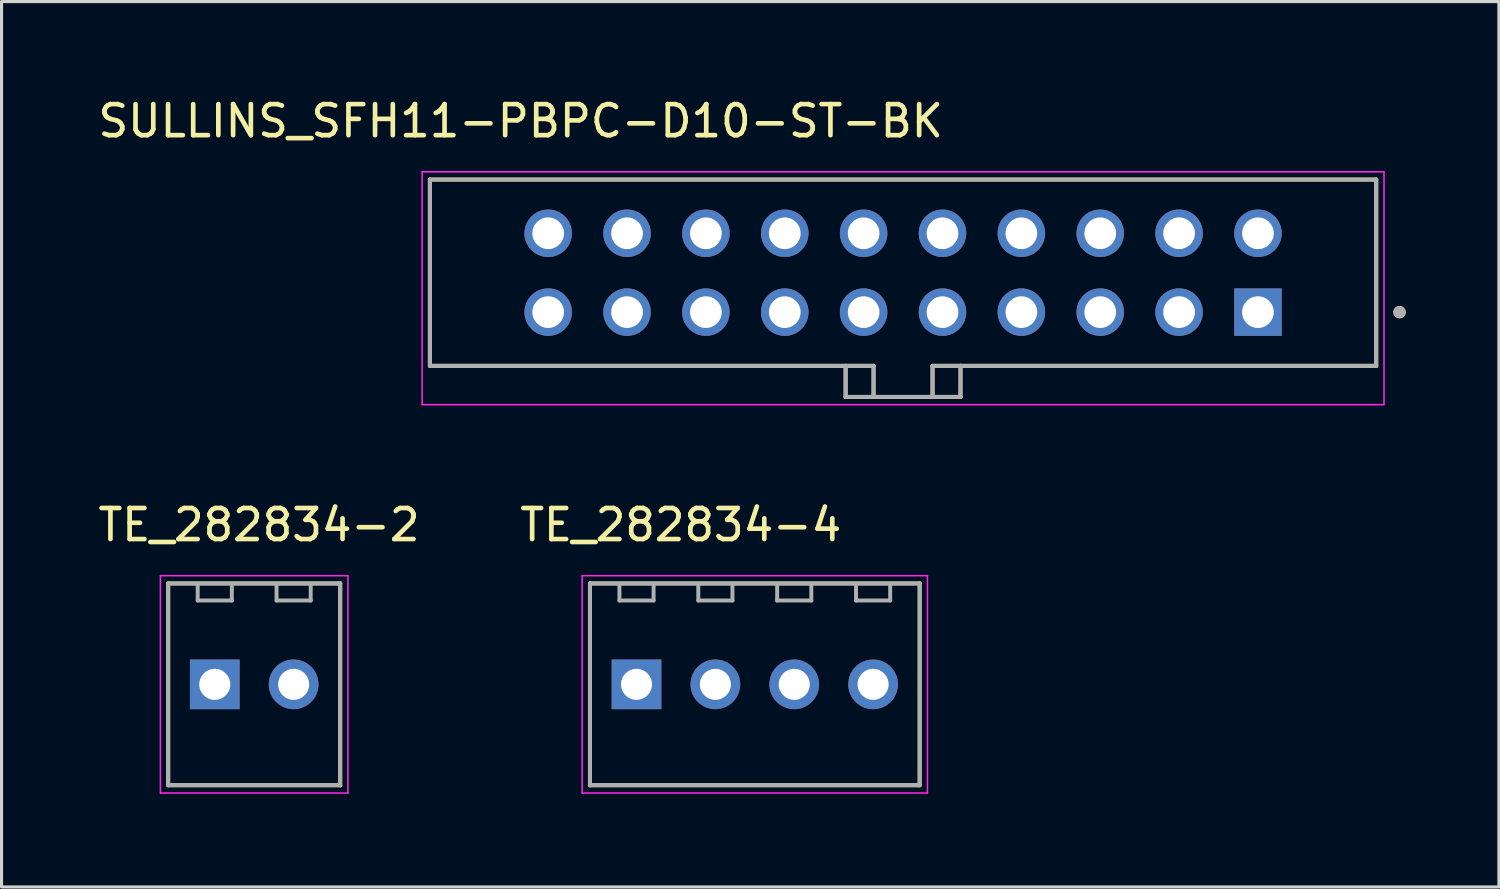
<source format=kicad_pcb>
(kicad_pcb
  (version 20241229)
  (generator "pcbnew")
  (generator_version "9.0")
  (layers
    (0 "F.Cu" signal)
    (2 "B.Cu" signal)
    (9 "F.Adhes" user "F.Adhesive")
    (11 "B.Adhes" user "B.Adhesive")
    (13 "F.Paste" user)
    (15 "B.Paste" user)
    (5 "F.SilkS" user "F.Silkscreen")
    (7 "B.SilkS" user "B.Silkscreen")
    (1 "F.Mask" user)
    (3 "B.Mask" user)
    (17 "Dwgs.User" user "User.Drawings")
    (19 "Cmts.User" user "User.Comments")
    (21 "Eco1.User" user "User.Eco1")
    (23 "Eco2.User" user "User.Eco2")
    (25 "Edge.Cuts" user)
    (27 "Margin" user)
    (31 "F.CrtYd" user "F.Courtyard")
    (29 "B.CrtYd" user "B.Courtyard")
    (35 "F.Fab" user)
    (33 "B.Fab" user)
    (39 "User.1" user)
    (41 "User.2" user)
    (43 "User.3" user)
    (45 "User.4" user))
  (footprint "SULLINS_SFH11-PBPC-D10-ST-BK"
    (layer "F.Cu")
    (at 26.035 5.733)
    (property "Reference" "SULLINS_SFH11-PBPC-D10-ST-BK" (at -12.315 -4.885 0) (layer "F.SilkS") (effects (font (size 1 1) (thickness 0.15))))
    (attr through_hole)
    (fp_line (start -15.24 -3) (end 15.24 -3) (stroke (width 0.127) (type solid)) (layer "F.SilkS"))
    (fp_line (start -15.24 3) (end -15.24 -3) (stroke (width 0.127) (type solid)) (layer "F.SilkS"))
    (fp_line (start -1.85 3) (end -15.24 3) (stroke (width 0.127) (type solid)) (layer "F.SilkS"))
    (fp_line (start -1.85 3) (end -1.85 4) (stroke (width 0.127) (type solid)) (layer "F.SilkS"))
    (fp_line (start -1.85 3) (end -0.95 3) (stroke (width 0.127) (type solid)) (layer "F.SilkS"))
    (fp_line (start -1.85 4) (end -0.95 4) (stroke (width 0.127) (type solid)) (layer "F.SilkS"))
    (fp_line (start -0.95 3) (end -0.95 4) (stroke (width 0.127) (type solid)) (layer "F.SilkS"))
    (fp_line (start -0.95 4) (end 0.95 4) (stroke (width 0.127) (type solid)) (layer "F.SilkS"))
    (fp_line (start 0.95 3) (end 0.95 4) (stroke (width 0.127) (type solid)) (layer "F.SilkS"))
    (fp_line (start 0.95 4) (end 1.85 4) (stroke (width 0.127) (type solid)) (layer "F.SilkS"))
    (fp_line (start 1.85 3) (end 0.95 3) (stroke (width 0.127) (type solid)) (layer "F.SilkS"))
    (fp_line (start 1.85 3) (end 15.24 3) (stroke (width 0.127) (type solid)) (layer "F.SilkS"))
    (fp_line (start 1.85 4) (end 1.85 3) (stroke (width 0.127) (type solid)) (layer "F.SilkS"))
    (fp_line (start 15.24 -3) (end 15.24 3) (stroke (width 0.127) (type solid)) (layer "F.SilkS"))
    (fp_circle (center 15.99 1.27) (end 16.09 1.27) (stroke (width 0.2) (type solid)) (fill no) (layer "F.SilkS"))
    (fp_line (start -15.49 -3.25) (end -15.49 4.25) (stroke (width 0.05) (type solid)) (layer "F.CrtYd"))
    (fp_line (start -15.49 4.25) (end 15.49 4.25) (stroke (width 0.05) (type solid)) (layer "F.CrtYd"))
    (fp_line (start 15.49 -3.25) (end -15.49 -3.25) (stroke (width 0.05) (type solid)) (layer "F.CrtYd"))
    (fp_line (start 15.49 4.25) (end 15.49 -3.25) (stroke (width 0.05) (type solid)) (layer "F.CrtYd"))
    (fp_line (start -15.24 -3) (end 15.24 -3) (stroke (width 0.127) (type solid)) (layer "F.Fab"))
    (fp_line (start -15.24 3) (end -15.24 -3) (stroke (width 0.127) (type solid)) (layer "F.Fab"))
    (fp_line (start -1.85 3) (end -15.24 3) (stroke (width 0.127) (type solid)) (layer "F.Fab"))
    (fp_line (start -1.85 3) (end -1.85 4) (stroke (width 0.127) (type solid)) (layer "F.Fab"))
    (fp_line (start -1.85 3) (end -0.95 3) (stroke (width 0.127) (type solid)) (layer "F.Fab"))
    (fp_line (start -1.85 4) (end -0.95 4) (stroke (width 0.127) (type solid)) (layer "F.Fab"))
    (fp_line (start -0.95 3) (end -0.95 4) (stroke (width 0.127) (type solid)) (layer "F.Fab"))
    (fp_line (start -0.95 4) (end 0.95 4) (stroke (width 0.127) (type solid)) (layer "F.Fab"))
    (fp_line (start 0.95 3) (end 0.95 4) (stroke (width 0.127) (type solid)) (layer "F.Fab"))
    (fp_line (start 0.95 4) (end 1.85 4) (stroke (width 0.127) (type solid)) (layer "F.Fab"))
    (fp_line (start 1.85 3) (end 0.95 3) (stroke (width 0.127) (type solid)) (layer "F.Fab"))
    (fp_line (start 1.85 3) (end 15.24 3) (stroke (width 0.127) (type solid)) (layer "F.Fab"))
    (fp_line (start 1.85 4) (end 1.85 3) (stroke (width 0.127) (type solid)) (layer "F.Fab"))
    (fp_line (start 15.24 -3) (end 15.24 3) (stroke (width 0.127) (type solid)) (layer "F.Fab"))
    (fp_circle (center 15.99 1.27) (end 16.09 1.27) (stroke (width 0.2) (type solid)) (fill no) (layer "F.Fab"))
    (pad "1" thru_hole rect (at 11.43 1.27) (size 1.53 1.53) (drill 1.02) (layers "*.Cu" "*.Mask"))
    (pad "2" thru_hole circle (at 11.43 -1.27) (size 1.53 1.53) (drill 1.02) (layers "*.Cu" "*.Mask"))
    (pad "3" thru_hole circle (at 8.89 1.27) (size 1.53 1.53) (drill 1.02) (layers "*.Cu" "*.Mask"))
    (pad "4" thru_hole circle (at 8.89 -1.27) (size 1.53 1.53) (drill 1.02) (layers "*.Cu" "*.Mask"))
    (pad "5" thru_hole circle (at 6.35 1.27) (size 1.53 1.53) (drill 1.02) (layers "*.Cu" "*.Mask"))
    (pad "6" thru_hole circle (at 6.35 -1.27) (size 1.53 1.53) (drill 1.02) (layers "*.Cu" "*.Mask"))
    (pad "7" thru_hole circle (at 3.81 1.27) (size 1.53 1.53) (drill 1.02) (layers "*.Cu" "*.Mask"))
    (pad "8" thru_hole circle (at 3.81 -1.27) (size 1.53 1.53) (drill 1.02) (layers "*.Cu" "*.Mask"))
    (pad "9" thru_hole circle (at 1.27 1.27) (size 1.53 1.53) (drill 1.02) (layers "*.Cu" "*.Mask"))
    (pad "10" thru_hole circle (at 1.27 -1.27) (size 1.53 1.53) (drill 1.02) (layers "*.Cu" "*.Mask"))
    (pad "11" thru_hole circle (at -1.27 1.27) (size 1.53 1.53) (drill 1.02) (layers "*.Cu" "*.Mask"))
    (pad "12" thru_hole circle (at -1.27 -1.27) (size 1.53 1.53) (drill 1.02) (layers "*.Cu" "*.Mask"))
    (pad "13" thru_hole circle (at -3.81 1.27) (size 1.53 1.53) (drill 1.02) (layers "*.Cu" "*.Mask"))
    (pad "14" thru_hole circle (at -3.81 -1.27) (size 1.53 1.53) (drill 1.02) (layers "*.Cu" "*.Mask"))
    (pad "15" thru_hole circle (at -6.35 1.27) (size 1.53 1.53) (drill 1.02) (layers "*.Cu" "*.Mask"))
    (pad "16" thru_hole circle (at -6.35 -1.27) (size 1.53 1.53) (drill 1.02) (layers "*.Cu" "*.Mask"))
    (pad "17" thru_hole circle (at -8.89 1.27) (size 1.53 1.53) (drill 1.02) (layers "*.Cu" "*.Mask"))
    (pad "18" thru_hole circle (at -8.89 -1.27) (size 1.53 1.53) (drill 1.02) (layers "*.Cu" "*.Mask"))
    (pad "19" thru_hole circle (at -11.43 1.27) (size 1.53 1.53) (drill 1.02) (layers "*.Cu" "*.Mask"))
    (pad "20" thru_hole circle (at -11.43 -1.27) (size 1.53 1.53) (drill 1.02) (layers "*.Cu" "*.Mask")))
  (footprint "TE_282834-2"
    (layer "F.Cu")
    (at 5.137 18.991)
    (property "Reference" "TE_282834-2" (at 0.155 -5.135 0) (layer "F.SilkS") (effects (font (size 1 1) (thickness 0.15))))
    (attr through_hole)
    (fp_line (start -2.77 -3.25) (end 2.77 -3.25) (stroke (width 0.127) (type solid)) (layer "F.SilkS"))
    (fp_line (start -2.77 3.25) (end -2.77 -3.25) (stroke (width 0.127) (type solid)) (layer "F.SilkS"))
    (fp_line (start 2.77 -3.25) (end 2.77 3.25) (stroke (width 0.127) (type solid)) (layer "F.SilkS"))
    (fp_line (start 2.77 3.25) (end -2.77 3.25) (stroke (width 0.127) (type solid)) (layer "F.SilkS"))
    (fp_line (start -3.02 -3.5) (end -3.02 3.5) (stroke (width 0.05) (type solid)) (layer "F.CrtYd"))
    (fp_line (start -3.02 3.5) (end 3.02 3.5) (stroke (width 0.05) (type solid)) (layer "F.CrtYd"))
    (fp_line (start 3.02 -3.5) (end -3.02 -3.5) (stroke (width 0.05) (type solid)) (layer "F.CrtYd"))
    (fp_line (start 3.02 3.5) (end 3.02 -3.5) (stroke (width 0.05) (type solid)) (layer "F.CrtYd"))
    (fp_line (start -2.77 -3.25) (end 2.77 -3.25) (stroke (width 0.127) (type solid)) (layer "F.Fab"))
    (fp_line (start -2.77 3.25) (end -2.77 -3.25) (stroke (width 0.127) (type solid)) (layer "F.Fab"))
    (fp_line (start -1.82 -2.7) (end -1.82 -3.2) (stroke (width 0.127) (type solid)) (layer "F.Fab"))
    (fp_line (start -1.82 -2.7) (end -0.72 -2.7) (stroke (width 0.127) (type solid)) (layer "F.Fab"))
    (fp_line (start -0.72 -2.7) (end -0.72 -3.2) (stroke (width 0.127) (type solid)) (layer "F.Fab"))
    (fp_line (start 0.72 -2.7) (end 0.72 -3.2) (stroke (width 0.127) (type solid)) (layer "F.Fab"))
    (fp_line (start 0.72 -2.7) (end 1.82 -2.7) (stroke (width 0.127) (type solid)) (layer "F.Fab"))
    (fp_line (start 1.82 -2.7) (end 1.82 -3.2) (stroke (width 0.127) (type solid)) (layer "F.Fab"))
    (fp_line (start 2.77 -3.25) (end 2.77 3.25) (stroke (width 0.127) (type solid)) (layer "F.Fab"))
    (fp_line (start 2.77 3.25) (end -2.77 3.25) (stroke (width 0.127) (type solid)) (layer "F.Fab"))
    (pad "1" thru_hole rect (at -1.27 0) (size 1.6 1.6) (drill 1) (layers "*.Cu" "*.Mask"))
    (pad "2" thru_hole circle (at 1.27 0) (size 1.6 1.6) (drill 1) (layers "*.Cu" "*.Mask")))
  (footprint "TE_282834-4"
    (layer "F.Cu")
    (at 21.26 18.991)
    (property "Reference" "TE_282834-4" (at -2.385 -5.135 0) (layer "F.SilkS") (effects (font (size 1 1) (thickness 0.15))))
    (attr through_hole)
    (fp_line (start -5.31 -3.25) (end 5.31 -3.25) (stroke (width 0.127) (type solid)) (layer "F.SilkS"))
    (fp_line (start -5.31 3.25) (end -5.31 -3.25) (stroke (width 0.127) (type solid)) (layer "F.SilkS"))
    (fp_line (start 5.31 -3.25) (end 5.31 3.25) (stroke (width 0.127) (type solid)) (layer "F.SilkS"))
    (fp_line (start 5.31 3.25) (end -5.31 3.25) (stroke (width 0.127) (type solid)) (layer "F.SilkS"))
    (fp_line (start -5.56 -3.5) (end -5.56 3.5) (stroke (width 0.05) (type solid)) (layer "F.CrtYd"))
    (fp_line (start -5.56 3.5) (end 5.56 3.5) (stroke (width 0.05) (type solid)) (layer "F.CrtYd"))
    (fp_line (start 5.56 -3.5) (end -5.56 -3.5) (stroke (width 0.05) (type solid)) (layer "F.CrtYd"))
    (fp_line (start 5.56 3.5) (end 5.56 -3.5) (stroke (width 0.05) (type solid)) (layer "F.CrtYd"))
    (fp_line (start -5.31 -3.25) (end 5.31 -3.25) (stroke (width 0.127) (type solid)) (layer "F.Fab"))
    (fp_line (start -5.31 3.25) (end -5.31 -3.25) (stroke (width 0.127) (type solid)) (layer "F.Fab"))
    (fp_line (start -4.36 -2.7) (end -4.36 -3.2) (stroke (width 0.127) (type solid)) (layer "F.Fab"))
    (fp_line (start -4.36 -2.7) (end -3.26 -2.7) (stroke (width 0.127) (type solid)) (layer "F.Fab"))
    (fp_line (start -3.26 -2.7) (end -3.26 -3.2) (stroke (width 0.127) (type solid)) (layer "F.Fab"))
    (fp_line (start -1.82 -2.7) (end -1.82 -3.2) (stroke (width 0.127) (type solid)) (layer "F.Fab"))
    (fp_line (start -1.82 -2.7) (end -0.72 -2.7) (stroke (width 0.127) (type solid)) (layer "F.Fab"))
    (fp_line (start -0.72 -2.7) (end -0.72 -3.2) (stroke (width 0.127) (type solid)) (layer "F.Fab"))
    (fp_line (start 0.72 -2.7) (end 0.72 -3.2) (stroke (width 0.127) (type solid)) (layer "F.Fab"))
    (fp_line (start 0.72 -2.7) (end 1.82 -2.7) (stroke (width 0.127) (type solid)) (layer "F.Fab"))
    (fp_line (start 1.82 -2.7) (end 1.82 -3.2) (stroke (width 0.127) (type solid)) (layer "F.Fab"))
    (fp_line (start 3.26 -2.7) (end 3.26 -3.2) (stroke (width 0.127) (type solid)) (layer "F.Fab"))
    (fp_line (start 3.26 -2.7) (end 4.36 -2.7) (stroke (width 0.127) (type solid)) (layer "F.Fab"))
    (fp_line (start 4.36 -2.7) (end 4.36 -3.2) (stroke (width 0.127) (type solid)) (layer "F.Fab"))
    (fp_line (start 5.31 -3.25) (end 5.31 3.25) (stroke (width 0.127) (type solid)) (layer "F.Fab"))
    (fp_line (start 5.31 3.25) (end -5.31 3.25) (stroke (width 0.127) (type solid)) (layer "F.Fab"))
    (pad "1" thru_hole rect (at -3.81 0) (size 1.6 1.6) (drill 1) (layers "*.Cu" "*.Mask"))
    (pad "2" thru_hole circle (at -1.27 0) (size 1.6 1.6) (drill 1) (layers "*.Cu" "*.Mask"))
    (pad "3" thru_hole circle (at 1.27 0) (size 1.6 1.6) (drill 1) (layers "*.Cu" "*.Mask"))
    (pad "4" thru_hole circle (at 3.81 0) (size 1.6 1.6) (drill 1) (layers "*.Cu" "*.Mask")))
  (gr_rect
    (start -3 -3)
    (end 45.225 25.517)
    (stroke (width 0.1) (type default))
    (fill no)
    (layer "Edge.Cuts")))
</source>
